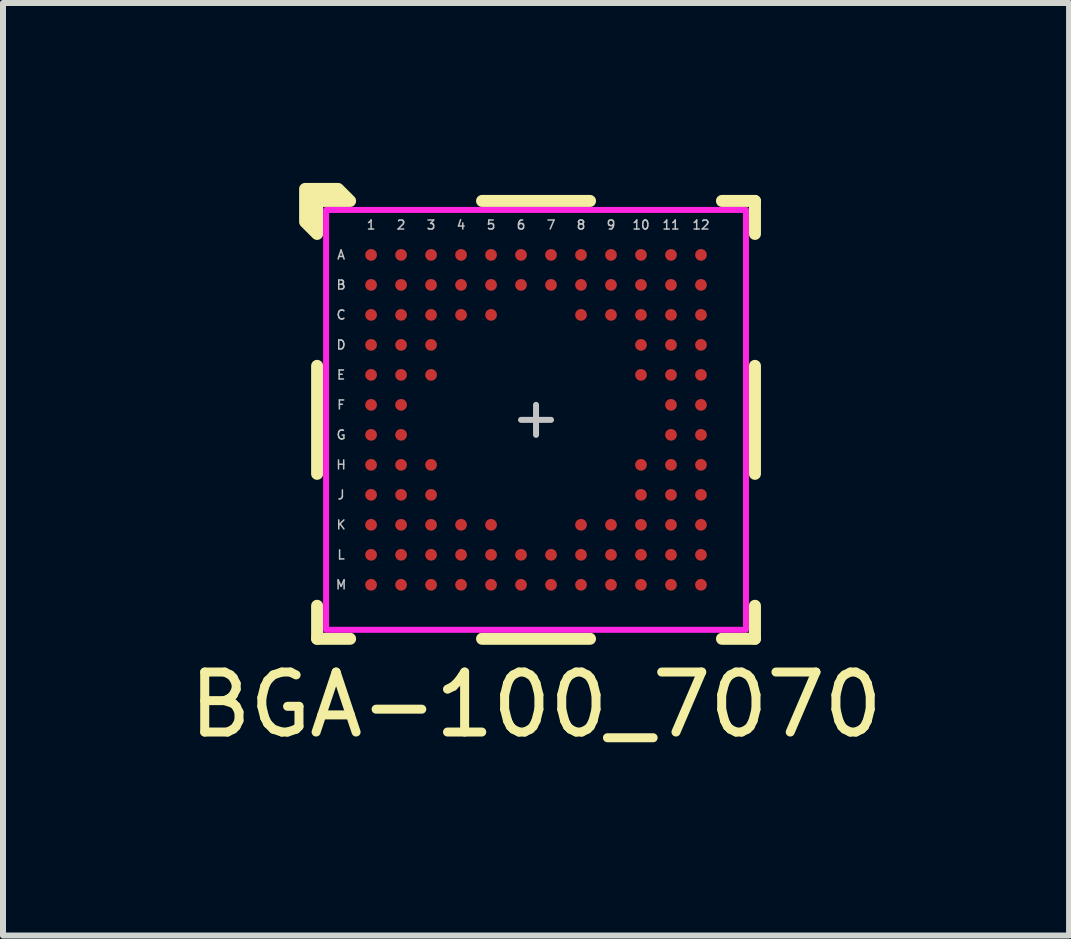
<source format=kicad_pcb>
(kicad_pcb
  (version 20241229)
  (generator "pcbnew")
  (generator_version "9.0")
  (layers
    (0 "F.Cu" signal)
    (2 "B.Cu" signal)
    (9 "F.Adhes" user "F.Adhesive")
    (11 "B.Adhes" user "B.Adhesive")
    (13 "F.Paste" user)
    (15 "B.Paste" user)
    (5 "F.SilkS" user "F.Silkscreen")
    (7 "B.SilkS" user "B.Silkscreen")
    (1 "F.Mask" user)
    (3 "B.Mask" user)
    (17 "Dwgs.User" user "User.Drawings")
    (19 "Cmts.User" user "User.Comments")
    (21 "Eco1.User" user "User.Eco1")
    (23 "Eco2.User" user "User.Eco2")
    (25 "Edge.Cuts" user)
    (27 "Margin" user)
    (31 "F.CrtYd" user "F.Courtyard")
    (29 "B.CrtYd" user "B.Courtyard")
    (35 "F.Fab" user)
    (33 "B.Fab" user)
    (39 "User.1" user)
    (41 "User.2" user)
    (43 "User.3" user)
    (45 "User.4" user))
  (footprint "BGA-100_7070"
    (layer "F.Cu")
    (at 5.887 3.95)
    (property "Reference" "BGA-100_7070" (at 0 4.75 0) (unlocked yes) (layer "F.SilkS") (effects (font (size 1 1) (thickness 0.15))))
    (attr smd)
    (fp_line (start -3.65 -0.9) (end -3.65 0.9) (stroke (width 0.2) (type solid)) (layer "F.SilkS"))
    (fp_line (start -3.65 3.1) (end -3.65 3.65) (stroke (width 0.2) (type solid)) (layer "F.SilkS"))
    (fp_line (start -3.65 3.65) (end -3.1 3.65) (stroke (width 0.2) (type solid)) (layer "F.SilkS"))
    (fp_line (start -0.9 3.65) (end 0.9 3.65) (stroke (width 0.2) (type solid)) (layer "F.SilkS"))
    (fp_line (start 0.9 -3.65) (end -0.9 -3.65) (stroke (width 0.2) (type solid)) (layer "F.SilkS"))
    (fp_line (start 3.1 3.65) (end 3.65 3.65) (stroke (width 0.2) (type solid)) (layer "F.SilkS"))
    (fp_line (start 3.65 -3.65) (end 3.1 -3.65) (stroke (width 0.2) (type solid)) (layer "F.SilkS"))
    (fp_line (start 3.65 -3.1) (end 3.65 -3.65) (stroke (width 0.2) (type solid)) (layer "F.SilkS"))
    (fp_line (start 3.65 0.9) (end 3.65 -0.9) (stroke (width 0.2) (type solid)) (layer "F.SilkS"))
    (fp_line (start 3.65 3.65) (end 3.65 3.1) (stroke (width 0.2) (type solid)) (layer "F.SilkS"))
    (fp_poly (pts (xy -3.1 -3.65) (xy -3.65 -3.65) (xy -3.65 -3.1) (xy -3.85 -3.3) (xy -3.85 -3.85) (xy -3.3 -3.85)) (stroke (width 0.2) (type solid)) (fill yes) (layer "F.SilkS"))
    (fp_line (start -0.25 0) (end 0.25 0) (stroke (width 0.1) (type solid)) (layer "Dwgs.User"))
    (fp_line (start 0 -0.25) (end 0 0.25) (stroke (width 0.1) (type solid)) (layer "Dwgs.User"))
    (fp_rect (start -3.5 -3.5) (end 3.5 3.5) (stroke (width 0.1) (type solid)) (fill no) (layer "F.CrtYd"))
    (fp_text user "4" (at -1.25 -3.25 0) (unlocked yes) (layer "Dwgs.User") (effects (font (size 0.15 0.15) (thickness 0.025))))
    (fp_text user "E" (at -3.25 -0.75 0) (unlocked yes) (layer "Dwgs.User") (effects (font (size 0.15 0.15) (thickness 0.025))))
    (fp_text user "A" (at -3.25 -2.75 0) (unlocked yes) (layer "Dwgs.User") (effects (font (size 0.15 0.15) (thickness 0.025))))
    (fp_text user "10" (at 1.75 -3.25 0) (unlocked yes) (layer "Dwgs.User") (effects (font (size 0.15 0.15) (thickness 0.025))))
    (fp_text user "11" (at 2.25 -3.25 0) (unlocked yes) (layer "Dwgs.User") (effects (font (size 0.15 0.15) (thickness 0.025))))
    (fp_text user "6" (at -0.25 -3.25 0) (unlocked yes) (layer "Dwgs.User") (effects (font (size 0.15 0.15) (thickness 0.025))))
    (fp_text user "F" (at -3.25 -0.25 0) (unlocked yes) (layer "Dwgs.User") (effects (font (size 0.15 0.15) (thickness 0.025))))
    (fp_text user "3" (at -1.75 -3.25 0) (unlocked yes) (layer "Dwgs.User") (effects (font (size 0.15 0.15) (thickness 0.025))))
    (fp_text user "1" (at -2.75 -3.25 0) (unlocked yes) (layer "Dwgs.User") (effects (font (size 0.15 0.15) (thickness 0.025))))
    (fp_text user "K" (at -3.25 1.75 0) (unlocked yes) (layer "Dwgs.User") (effects (font (size 0.15 0.15) (thickness 0.025))))
    (fp_text user "G" (at -3.25 0.25 0) (unlocked yes) (layer "Dwgs.User") (effects (font (size 0.15 0.15) (thickness 0.025))))
    (fp_text user "2" (at -2.25 -3.25 0) (unlocked yes) (layer "Dwgs.User") (effects (font (size 0.15 0.15) (thickness 0.025))))
    (fp_text user "12" (at 2.75 -3.25 0) (unlocked yes) (layer "Dwgs.User") (effects (font (size 0.15 0.15) (thickness 0.025))))
    (fp_text user "7" (at 0.25 -3.25 0) (unlocked yes) (layer "Dwgs.User") (effects (font (size 0.15 0.15) (thickness 0.025))))
    (fp_text user "C" (at -3.25 -1.75 0) (unlocked yes) (layer "Dwgs.User") (effects (font (size 0.15 0.15) (thickness 0.025))))
    (fp_text user "M" (at -3.25 2.75 0) (unlocked yes) (layer "Dwgs.User") (effects (font (size 0.15 0.15) (thickness 0.025))))
    (fp_text user "B" (at -3.25 -2.25 0) (unlocked yes) (layer "Dwgs.User") (effects (font (size 0.15 0.15) (thickness 0.025))))
    (fp_text user "5" (at -0.75 -3.25 0) (unlocked yes) (layer "Dwgs.User") (effects (font (size 0.15 0.15) (thickness 0.025))))
    (fp_text user "H" (at -3.25 0.75 0) (unlocked yes) (layer "Dwgs.User") (effects (font (size 0.15 0.15) (thickness 0.025))))
    (fp_text user "L" (at -3.25 2.25 0) (unlocked yes) (layer "Dwgs.User") (effects (font (size 0.15 0.15) (thickness 0.025))))
    (fp_text user "8" (at 0.75 -3.25 0) (unlocked yes) (layer "Dwgs.User") (effects (font (size 0.15 0.15) (thickness 0.025))))
    (fp_text user "D" (at -3.25 -1.25 0) (unlocked yes) (layer "Dwgs.User") (effects (font (size 0.15 0.15) (thickness 0.025))))
    (fp_text user "9" (at 1.25 -3.25 0) (unlocked yes) (layer "Dwgs.User") (effects (font (size 0.15 0.15) (thickness 0.025))))
    (fp_text user "J" (at -3.25 1.25 0) (unlocked yes) (layer "Dwgs.User") (effects (font (size 0.15 0.15) (thickness 0.025))))
    (pad "A1" smd circle (at -2.75 -2.75) (size 0.195 0.195) (layers "F.Cu" "F.Mask" "F.Paste"))
    (pad "A2" smd circle (at -2.25 -2.75) (size 0.195 0.195) (layers "F.Cu" "F.Mask" "F.Paste"))
    (pad "A3" smd circle (at -1.75 -2.75) (size 0.195 0.195) (layers "F.Cu" "F.Mask" "F.Paste"))
    (pad "A4" smd circle (at -1.25 -2.75) (size 0.195 0.195) (layers "F.Cu" "F.Mask" "F.Paste"))
    (pad "A5" smd circle (at -0.75 -2.75) (size 0.195 0.195) (layers "F.Cu" "F.Mask" "F.Paste"))
    (pad "A6" smd circle (at -0.25 -2.75) (size 0.195 0.195) (layers "F.Cu" "F.Mask" "F.Paste"))
    (pad "A7" smd circle (at 0.25 -2.75) (size 0.195 0.195) (layers "F.Cu" "F.Mask" "F.Paste"))
    (pad "A8" smd circle (at 0.75 -2.75) (size 0.195 0.195) (layers "F.Cu" "F.Mask" "F.Paste"))
    (pad "A9" smd circle (at 1.25 -2.75) (size 0.195 0.195) (layers "F.Cu" "F.Mask" "F.Paste"))
    (pad "A10" smd circle (at 1.75 -2.75) (size 0.195 0.195) (layers "F.Cu" "F.Mask" "F.Paste"))
    (pad "A11" smd circle (at 2.25 -2.75) (size 0.195 0.195) (layers "F.Cu" "F.Mask" "F.Paste"))
    (pad "A12" smd circle (at 2.75 -2.75) (size 0.195 0.195) (layers "F.Cu" "F.Mask" "F.Paste"))
    (pad "B1" smd circle (at -2.75 -2.25) (size 0.195 0.195) (layers "F.Cu" "F.Mask" "F.Paste"))
    (pad "B2" smd circle (at -2.25 -2.25) (size 0.195 0.195) (layers "F.Cu" "F.Mask" "F.Paste"))
    (pad "B3" smd circle (at -1.75 -2.25) (size 0.195 0.195) (layers "F.Cu" "F.Mask" "F.Paste"))
    (pad "B4" smd circle (at -1.25 -2.25) (size 0.195 0.195) (layers "F.Cu" "F.Mask" "F.Paste"))
    (pad "B5" smd circle (at -0.75 -2.25) (size 0.195 0.195) (layers "F.Cu" "F.Mask" "F.Paste"))
    (pad "B6" smd circle (at -0.25 -2.25) (size 0.195 0.195) (layers "F.Cu" "F.Mask" "F.Paste"))
    (pad "B7" smd circle (at 0.25 -2.25) (size 0.195 0.195) (layers "F.Cu" "F.Mask" "F.Paste"))
    (pad "B8" smd circle (at 0.75 -2.25) (size 0.195 0.195) (layers "F.Cu" "F.Mask" "F.Paste"))
    (pad "B9" smd circle (at 1.25 -2.25) (size 0.195 0.195) (layers "F.Cu" "F.Mask" "F.Paste"))
    (pad "B10" smd circle (at 1.75 -2.25) (size 0.195 0.195) (layers "F.Cu" "F.Mask" "F.Paste"))
    (pad "B11" smd circle (at 2.25 -2.25) (size 0.195 0.195) (layers "F.Cu" "F.Mask" "F.Paste"))
    (pad "B12" smd circle (at 2.75 -2.25) (size 0.195 0.195) (layers "F.Cu" "F.Mask" "F.Paste"))
    (pad "C1" smd circle (at -2.75 -1.75) (size 0.195 0.195) (layers "F.Cu" "F.Mask" "F.Paste"))
    (pad "C2" smd circle (at -2.25 -1.75) (size 0.195 0.195) (layers "F.Cu" "F.Mask" "F.Paste"))
    (pad "C3" smd circle (at -1.75 -1.75) (size 0.195 0.195) (layers "F.Cu" "F.Mask" "F.Paste"))
    (pad "C4" smd circle (at -1.25 -1.75) (size 0.195 0.195) (layers "F.Cu" "F.Mask" "F.Paste"))
    (pad "C5" smd circle (at -0.75 -1.75) (size 0.195 0.195) (layers "F.Cu" "F.Mask" "F.Paste"))
    (pad "C8" smd circle (at 0.75 -1.75) (size 0.195 0.195) (layers "F.Cu" "F.Mask" "F.Paste"))
    (pad "C9" smd circle (at 1.25 -1.75) (size 0.195 0.195) (layers "F.Cu" "F.Mask" "F.Paste"))
    (pad "C10" smd circle (at 1.75 -1.75) (size 0.195 0.195) (layers "F.Cu" "F.Mask" "F.Paste"))
    (pad "C11" smd circle (at 2.25 -1.75) (size 0.195 0.195) (layers "F.Cu" "F.Mask" "F.Paste"))
    (pad "C12" smd circle (at 2.75 -1.75) (size 0.195 0.195) (layers "F.Cu" "F.Mask" "F.Paste"))
    (pad "D1" smd circle (at -2.75 -1.25) (size 0.195 0.195) (layers "F.Cu" "F.Mask" "F.Paste"))
    (pad "D2" smd circle (at -2.25 -1.25) (size 0.195 0.195) (layers "F.Cu" "F.Mask" "F.Paste"))
    (pad "D3" smd circle (at -1.75 -1.25) (size 0.195 0.195) (layers "F.Cu" "F.Mask" "F.Paste"))
    (pad "D10" smd circle (at 1.75 -1.25) (size 0.195 0.195) (layers "F.Cu" "F.Mask" "F.Paste"))
    (pad "D11" smd circle (at 2.25 -1.25) (size 0.195 0.195) (layers "F.Cu" "F.Mask" "F.Paste"))
    (pad "D12" smd circle (at 2.75 -1.25) (size 0.195 0.195) (layers "F.Cu" "F.Mask" "F.Paste"))
    (pad "E1" smd circle (at -2.75 -0.75) (size 0.195 0.195) (layers "F.Cu" "F.Mask" "F.Paste"))
    (pad "E2" smd circle (at -2.25 -0.75) (size 0.195 0.195) (layers "F.Cu" "F.Mask" "F.Paste"))
    (pad "E3" smd circle (at -1.75 -0.75) (size 0.195 0.195) (layers "F.Cu" "F.Mask" "F.Paste"))
    (pad "E10" smd circle (at 1.75 -0.75) (size 0.195 0.195) (layers "F.Cu" "F.Mask" "F.Paste"))
    (pad "E11" smd circle (at 2.25 -0.75) (size 0.195 0.195) (layers "F.Cu" "F.Mask" "F.Paste"))
    (pad "E12" smd circle (at 2.75 -0.75) (size 0.195 0.195) (layers "F.Cu" "F.Mask" "F.Paste"))
    (pad "F1" smd circle (at -2.75 -0.25) (size 0.195 0.195) (layers "F.Cu" "F.Mask" "F.Paste"))
    (pad "F2" smd circle (at -2.25 -0.25) (size 0.195 0.195) (layers "F.Cu" "F.Mask" "F.Paste"))
    (pad "F11" smd circle (at 2.25 -0.25) (size 0.195 0.195) (layers "F.Cu" "F.Mask" "F.Paste"))
    (pad "F12" smd circle (at 2.75 -0.25) (size 0.195 0.195) (layers "F.Cu" "F.Mask" "F.Paste"))
    (pad "G1" smd circle (at -2.75 0.25) (size 0.195 0.195) (layers "F.Cu" "F.Mask" "F.Paste"))
    (pad "G2" smd circle (at -2.25 0.25) (size 0.195 0.195) (layers "F.Cu" "F.Mask" "F.Paste"))
    (pad "G11" smd circle (at 2.25 0.25) (size 0.195 0.195) (layers "F.Cu" "F.Mask" "F.Paste"))
    (pad "G12" smd circle (at 2.75 0.25) (size 0.195 0.195) (layers "F.Cu" "F.Mask" "F.Paste"))
    (pad "H1" smd circle (at -2.75 0.75) (size 0.195 0.195) (layers "F.Cu" "F.Mask" "F.Paste"))
    (pad "H2" smd circle (at -2.25 0.75) (size 0.195 0.195) (layers "F.Cu" "F.Mask" "F.Paste"))
    (pad "H3" smd circle (at -1.75 0.75) (size 0.195 0.195) (layers "F.Cu" "F.Mask" "F.Paste"))
    (pad "H10" smd circle (at 1.75 0.75) (size 0.195 0.195) (layers "F.Cu" "F.Mask" "F.Paste"))
    (pad "H11" smd circle (at 2.25 0.75) (size 0.195 0.195) (layers "F.Cu" "F.Mask" "F.Paste"))
    (pad "H12" smd circle (at 2.75 0.75) (size 0.195 0.195) (layers "F.Cu" "F.Mask" "F.Paste"))
    (pad "J1" smd circle (at -2.75 1.25) (size 0.195 0.195) (layers "F.Cu" "F.Mask" "F.Paste"))
    (pad "J2" smd circle (at -2.25 1.25) (size 0.195 0.195) (layers "F.Cu" "F.Mask" "F.Paste"))
    (pad "J3" smd circle (at -1.75 1.25) (size 0.195 0.195) (layers "F.Cu" "F.Mask" "F.Paste"))
    (pad "J10" smd circle (at 1.75 1.25) (size 0.195 0.195) (layers "F.Cu" "F.Mask" "F.Paste"))
    (pad "J11" smd circle (at 2.25 1.25) (size 0.195 0.195) (layers "F.Cu" "F.Mask" "F.Paste"))
    (pad "J12" smd circle (at 2.75 1.25) (size 0.195 0.195) (layers "F.Cu" "F.Mask" "F.Paste"))
    (pad "K1" smd circle (at -2.75 1.75) (size 0.195 0.195) (layers "F.Cu" "F.Mask" "F.Paste"))
    (pad "K2" smd circle (at -2.25 1.75) (size 0.195 0.195) (layers "F.Cu" "F.Mask" "F.Paste"))
    (pad "K3" smd circle (at -1.75 1.75) (size 0.195 0.195) (layers "F.Cu" "F.Mask" "F.Paste"))
    (pad "K4" smd circle (at -1.25 1.75) (size 0.195 0.195) (layers "F.Cu" "F.Mask" "F.Paste"))
    (pad "K5" smd circle (at -0.75 1.75) (size 0.195 0.195) (layers "F.Cu" "F.Mask" "F.Paste"))
    (pad "K8" smd circle (at 0.75 1.75) (size 0.195 0.195) (layers "F.Cu" "F.Mask" "F.Paste"))
    (pad "K9" smd circle (at 1.25 1.75) (size 0.195 0.195) (layers "F.Cu" "F.Mask" "F.Paste"))
    (pad "K10" smd circle (at 1.75 1.75) (size 0.195 0.195) (layers "F.Cu" "F.Mask" "F.Paste"))
    (pad "K11" smd circle (at 2.25 1.75) (size 0.195 0.195) (layers "F.Cu" "F.Mask" "F.Paste"))
    (pad "K12" smd circle (at 2.75 1.75) (size 0.195 0.195) (layers "F.Cu" "F.Mask" "F.Paste"))
    (pad "L1" smd circle (at -2.75 2.25) (size 0.195 0.195) (layers "F.Cu" "F.Mask" "F.Paste"))
    (pad "L2" smd circle (at -2.25 2.25) (size 0.195 0.195) (layers "F.Cu" "F.Mask" "F.Paste"))
    (pad "L3" smd circle (at -1.75 2.25) (size 0.195 0.195) (layers "F.Cu" "F.Mask" "F.Paste"))
    (pad "L4" smd circle (at -1.25 2.25) (size 0.195 0.195) (layers "F.Cu" "F.Mask" "F.Paste"))
    (pad "L5" smd circle (at -0.75 2.25) (size 0.195 0.195) (layers "F.Cu" "F.Mask" "F.Paste"))
    (pad "L6" smd circle (at -0.25 2.25) (size 0.195 0.195) (layers "F.Cu" "F.Mask" "F.Paste"))
    (pad "L7" smd circle (at 0.25 2.25) (size 0.195 0.195) (layers "F.Cu" "F.Mask" "F.Paste"))
    (pad "L8" smd circle (at 0.75 2.25) (size 0.195 0.195) (layers "F.Cu" "F.Mask" "F.Paste"))
    (pad "L9" smd circle (at 1.25 2.25) (size 0.195 0.195) (layers "F.Cu" "F.Mask" "F.Paste"))
    (pad "L10" smd circle (at 1.75 2.25) (size 0.195 0.195) (layers "F.Cu" "F.Mask" "F.Paste"))
    (pad "L11" smd circle (at 2.25 2.25) (size 0.195 0.195) (layers "F.Cu" "F.Mask" "F.Paste"))
    (pad "L12" smd circle (at 2.75 2.25) (size 0.195 0.195) (layers "F.Cu" "F.Mask" "F.Paste"))
    (pad "M1" smd circle (at -2.75 2.75) (size 0.195 0.195) (layers "F.Cu" "F.Mask" "F.Paste"))
    (pad "M2" smd circle (at -2.25 2.75) (size 0.195 0.195) (layers "F.Cu" "F.Mask" "F.Paste"))
    (pad "M3" smd circle (at -1.75 2.75) (size 0.195 0.195) (layers "F.Cu" "F.Mask" "F.Paste"))
    (pad "M4" smd circle (at -1.25 2.75) (size 0.195 0.195) (layers "F.Cu" "F.Mask" "F.Paste"))
    (pad "M5" smd circle (at -0.75 2.75) (size 0.195 0.195) (layers "F.Cu" "F.Mask" "F.Paste"))
    (pad "M6" smd circle (at -0.25 2.75) (size 0.195 0.195) (layers "F.Cu" "F.Mask" "F.Paste"))
    (pad "M7" smd circle (at 0.25 2.75) (size 0.195 0.195) (layers "F.Cu" "F.Mask" "F.Paste"))
    (pad "M8" smd circle (at 0.75 2.75) (size 0.195 0.195) (layers "F.Cu" "F.Mask" "F.Paste"))
    (pad "M9" smd circle (at 1.25 2.75) (size 0.195 0.195) (layers "F.Cu" "F.Mask" "F.Paste"))
    (pad "M10" smd circle (at 1.75 2.75) (size 0.195 0.195) (layers "F.Cu" "F.Mask" "F.Paste"))
    (pad "M11" smd circle (at 2.25 2.75) (size 0.195 0.195) (layers "F.Cu" "F.Mask" "F.Paste"))
    (pad "M12" smd circle (at 2.75 2.75) (size 0.195 0.195) (layers "F.Cu" "F.Mask" "F.Paste")))
  (gr_rect
    (start -3 -3)
    (end 14.774 12.548)
    (stroke (width 0.1) (type default))
    (fill no)
    (layer "Edge.Cuts")))
</source>
